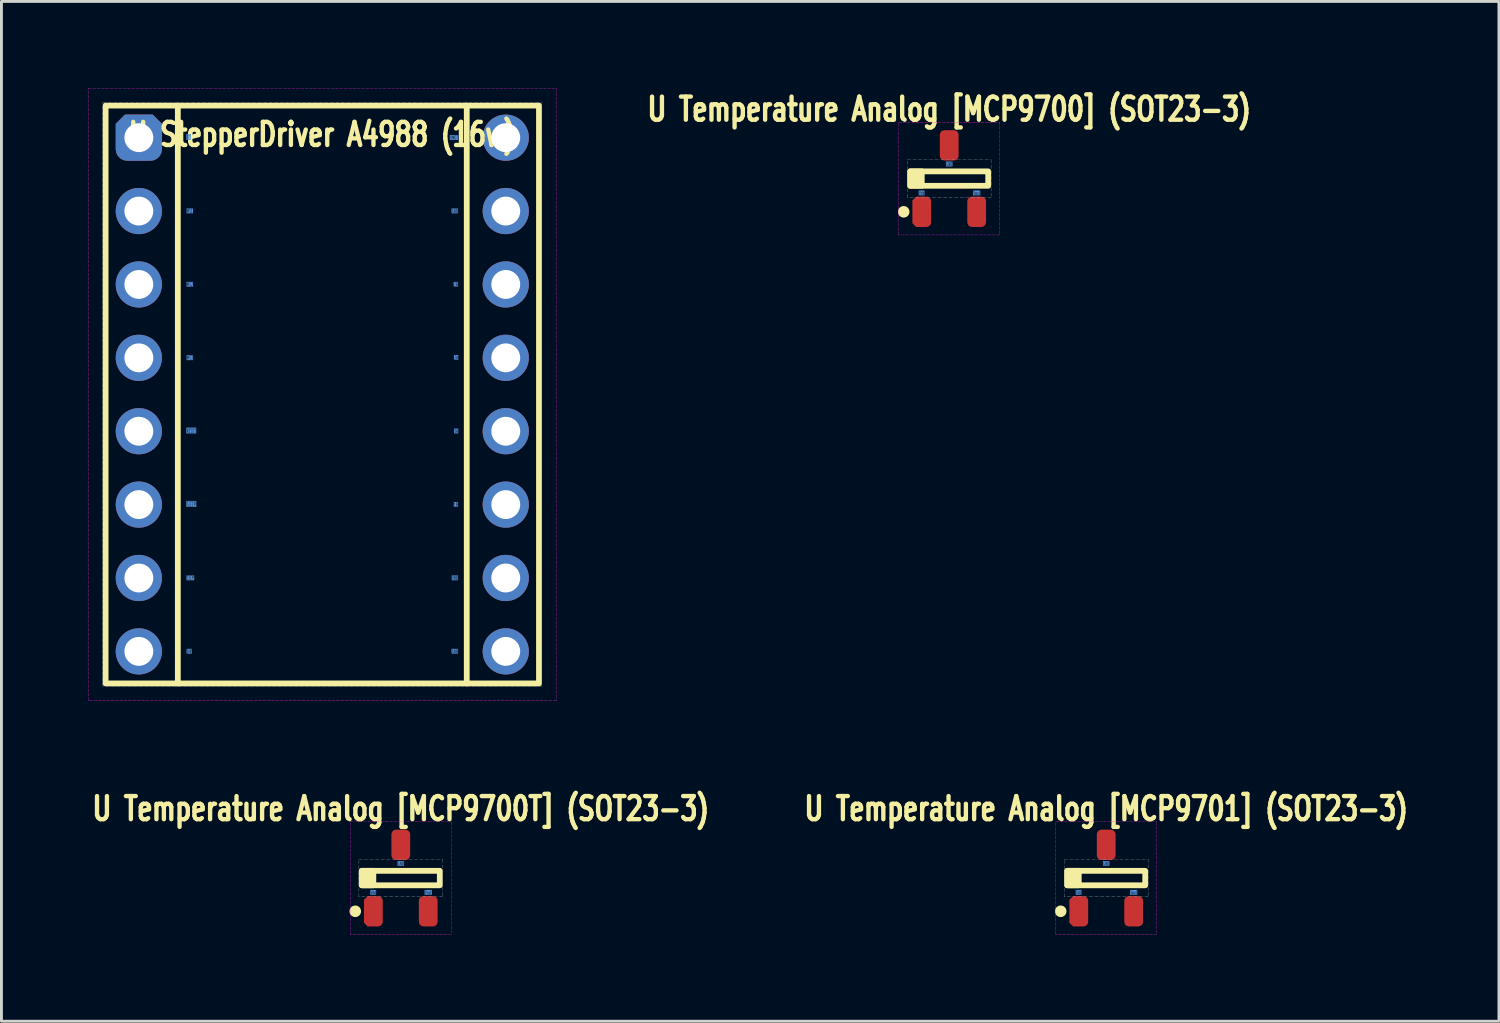
<source format=kicad_pcb>
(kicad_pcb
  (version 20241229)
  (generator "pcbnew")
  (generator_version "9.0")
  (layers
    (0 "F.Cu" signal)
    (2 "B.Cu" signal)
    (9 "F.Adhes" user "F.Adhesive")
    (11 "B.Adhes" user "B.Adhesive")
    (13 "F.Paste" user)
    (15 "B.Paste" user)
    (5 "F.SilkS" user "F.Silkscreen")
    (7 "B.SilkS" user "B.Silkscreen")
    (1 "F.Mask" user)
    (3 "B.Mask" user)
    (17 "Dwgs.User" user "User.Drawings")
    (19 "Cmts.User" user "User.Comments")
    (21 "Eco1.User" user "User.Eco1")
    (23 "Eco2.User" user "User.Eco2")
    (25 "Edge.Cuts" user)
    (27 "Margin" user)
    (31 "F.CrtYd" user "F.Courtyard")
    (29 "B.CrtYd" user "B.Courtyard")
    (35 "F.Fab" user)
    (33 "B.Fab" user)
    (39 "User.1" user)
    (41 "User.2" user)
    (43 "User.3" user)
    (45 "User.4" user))
  (footprint "U StepperDriver A4988 (16w)"
    (layer "F.Cu")
    (at 8.105 10.605)
    (property "Reference" "U StepperDriver A4988 (16w)" (at 0 -9 0) (layer "F.SilkS") (effects (font (size 0.8 0.6) (thickness 0.15) (bold yes))))
    (attr through_hole)
    (fp_line (start -5 -10) (end -5 10) (stroke (width 0.2) (type default)) (layer "F.SilkS"))
    (fp_line (start 5 -10) (end 5 10) (stroke (width 0.2) (type default)) (layer "F.SilkS"))
    (fp_rect (start -7.5 -10) (end 7.5 10) (stroke (width 0.2) (type default)) (fill no) (layer "F.SilkS"))
    (fp_rect (start -8.1 -10.6) (end 8.1 10.6) (stroke (width 0.01) (type dash)) (fill no) (layer "F.CrtYd"))
    (fp_rect (start -7.6 -10.1) (end 7.6 10.1) (stroke (width 0.01) (type dash_dot)) (fill no) (layer "F.Fab"))
    (fp_text user "GND" (at 4.7 -6.35 0) (layer "Cmts.User" knockout) (effects (font (size 0.13 0.07) (thickness 0.01) (bold yes)) (justify right)))
    (fp_text user "DIR" (at -4.7 8.89 0) (layer "Cmts.User" knockout) (effects (font (size 0.13 0.07) (thickness 0.01) (bold yes)) (justify left)))
    (fp_text user "VMOT" (at 4.7 -8.89 0) (layer "Cmts.User" knockout) (effects (font (size 0.13 0.07) (thickness 0.01) (bold yes)) (justify right)))
    (fp_text user "MS1" (at -4.7 -6.35 0) (layer "Cmts.User" knockout) (effects (font (size 0.13 0.07) (thickness 0.01) (bold yes)) (justify left)))
    (fp_text user "~{RESET}" (at -4.7 1.27 0) (layer "Cmts.User" knockout) (effects (font (size 0.13 0.07) (thickness 0.01) (bold yes)) (justify left)))
    (fp_text user "1B" (at 4.7 3.81 0) (layer "Cmts.User" knockout) (effects (font (size 0.13 0.07) (thickness 0.01) (bold yes)) (justify right)))
    (fp_text user "GND" (at 4.7 8.89 0) (layer "Cmts.User" knockout) (effects (font (size 0.13 0.07) (thickness 0.01) (bold yes)) (justify right)))
    (fp_text user "VDD" (at 4.7 6.35 0) (layer "Cmts.User" knockout) (effects (font (size 0.13 0.07) (thickness 0.01) (bold yes)) (justify right)))
    (fp_text user "~{SLEEP}" (at -4.7 3.81 0) (layer "Cmts.User" knockout) (effects (font (size 0.13 0.07) (thickness 0.01) (bold yes)) (justify left)))
    (fp_text user "~{EN}" (at -4.7 -8.89 0) (layer "Cmts.User" knockout) (effects (font (size 0.13 0.07) (thickness 0.01) (bold yes)) (justify left)))
    (fp_text user "STEP" (at -4.7 6.35 0) (layer "Cmts.User" knockout) (effects (font (size 0.13 0.07) (thickness 0.01) (bold yes)) (justify left)))
    (fp_text user "1A" (at 4.7 1.27 0) (layer "Cmts.User" knockout) (effects (font (size 0.13 0.07) (thickness 0.01) (bold yes)) (justify right)))
    (fp_text user "2A" (at 4.7 -1.28 0) (layer "Cmts.User" knockout) (effects (font (size 0.13 0.07) (thickness 0.01) (bold yes)) (justify right)))
    (fp_text user "MS3" (at -4.7 -1.27 0) (layer "Cmts.User" knockout) (effects (font (size 0.13 0.07) (thickness 0.01) (bold yes)) (justify left)))
    (fp_text user "2B" (at 4.7 -3.81 0) (layer "Cmts.User" knockout) (effects (font (size 0.13 0.07) (thickness 0.01) (bold yes)) (justify right)))
    (fp_text user "MS2" (at -4.7 -3.81 0) (layer "Cmts.User" knockout) (effects (font (size 0.13 0.07) (thickness 0.01) (bold yes)) (justify left)))
    (pad "1" thru_hole roundrect (at -6.35 -8.89) (size 1.6 1.6) (drill 1) (layers "*.Cu" "B.Mask") (roundrect_rratio 0.25) (chamfer_ratio 0.2) (chamfer top_left top_right))
    (pad "2" thru_hole circle (at -6.35 -6.35) (size 1.6 1.6) (drill 1) (layers "*.Cu" "B.Mask"))
    (pad "3" thru_hole circle (at -6.35 -3.81) (size 1.6 1.6) (drill 1) (layers "*.Cu" "B.Mask"))
    (pad "4" thru_hole circle (at -6.35 -1.27) (size 1.6 1.6) (drill 1) (layers "*.Cu" "B.Mask"))
    (pad "5" thru_hole circle (at -6.35 1.27) (size 1.6 1.6) (drill 1) (layers "*.Cu" "B.Mask"))
    (pad "6" thru_hole circle (at -6.35 3.81) (size 1.6 1.6) (drill 1) (layers "*.Cu" "B.Mask"))
    (pad "7" thru_hole circle (at -6.35 6.35) (size 1.6 1.6) (drill 1) (layers "*.Cu" "B.Mask"))
    (pad "8" thru_hole circle (at -6.35 8.89) (size 1.6 1.6) (drill 1) (layers "*.Cu" "B.Mask"))
    (pad "9" thru_hole circle (at 6.35 8.89) (size 1.6 1.6) (drill 1) (layers "*.Cu" "B.Mask"))
    (pad "10" thru_hole circle (at 6.35 6.35) (size 1.6 1.6) (drill 1) (layers "*.Cu" "B.Mask"))
    (pad "11" thru_hole circle (at 6.35 3.81) (size 1.6 1.6) (drill 1) (layers "*.Cu" "B.Mask"))
    (pad "12" thru_hole circle (at 6.35 1.27) (size 1.6 1.6) (drill 1) (layers "*.Cu" "B.Mask"))
    (pad "13" thru_hole circle (at 6.35 -1.27) (size 1.6 1.6) (drill 1) (layers "*.Cu" "B.Mask"))
    (pad "14" thru_hole circle (at 6.35 -3.81) (size 1.6 1.6) (drill 1) (layers "*.Cu" "B.Mask"))
    (pad "15" thru_hole circle (at 6.35 -6.35) (size 1.6 1.6) (drill 1) (layers "*.Cu" "B.Mask"))
    (pad "16" thru_hole circle (at 6.35 -8.89) (size 1.6 1.6) (drill 1) (layers "*.Cu" "B.Mask")))
  (footprint "U Temperature Analog [MCP9700] (SOT23-3)"
    (layer "F.Cu")
    (at 29.804 3.131)
    (property "Reference" "U Temperature Analog [MCP9700] (SOT23-3)" (at 0 -2.4 0) (layer "F.SilkS") (effects (font (size 0.8 0.6) (thickness 0.15))))
    (attr smd)
    (fp_rect (start -1.35 -0.25) (end -0.95 0.25) (stroke (width 0.2) (type solid)) (fill yes) (layer "F.SilkS"))
    (fp_rect (start -1.35 -0.25) (end 1.35 0.25) (stroke (width 0.2) (type default)) (fill no) (layer "F.SilkS"))
    (fp_circle (center -1.575 1.15) (end -1.425 1.15) (stroke (width 0.1) (type solid)) (fill yes) (layer "F.SilkS"))
    (fp_rect (start -1.75 -1.95) (end 1.75 1.95) (stroke (width 0.01) (type dash)) (fill no) (layer "F.CrtYd"))
    (fp_rect (start -1.45 -0.65) (end 1.45 0.65) (stroke (width 0.01) (type dash_dot)) (fill no) (layer "F.Fab"))
    (fp_text user "GND" (at 0 -0.5 0) (layer "Cmts.User" knockout) (effects (font (size 0.13 0.07) (thickness 0.01) (bold yes))))
    (fp_text user "Vdd" (at -0.95 0.5 0) (layer "Cmts.User" knockout) (effects (font (size 0.13 0.07) (thickness 0.01) (bold yes))))
    (fp_text user "Vout" (at 0.95 0.5 0) (layer "Cmts.User" knockout) (effects (font (size 0.13 0.07) (thickness 0.01) (bold yes))))
    (pad "1" smd roundrect (at -0.95 1.15) (size 0.65 1.05) (layers "F.Cu" "F.Mask" "F.Paste") (roundrect_rratio 0.25) (chamfer_ratio 0.2) (chamfer top_left bottom_left))
    (pad "2" smd roundrect (at 0.95 1.15) (size 0.65 1.05) (layers "F.Cu" "F.Mask" "F.Paste") (roundrect_rratio 0.25))
    (pad "3" smd roundrect (at 0 -1.15) (size 0.65 1.05) (layers "F.Cu" "F.Mask" "F.Paste") (roundrect_rratio 0.25)))
  (footprint "U Temperature Analog [MCP9700T] (SOT23-3)"
    (layer "F.Cu")
    (at 10.822 27.341)
    (property "Reference" "U Temperature Analog [MCP9700T] (SOT23-3)" (at 0 -2.4 0) (layer "F.SilkS") (effects (font (size 0.8 0.6) (thickness 0.15))))
    (attr smd)
    (fp_rect (start -1.35 -0.25) (end -0.95 0.25) (stroke (width 0.2) (type solid)) (fill yes) (layer "F.SilkS"))
    (fp_rect (start -1.35 -0.25) (end 1.35 0.25) (stroke (width 0.2) (type default)) (fill no) (layer "F.SilkS"))
    (fp_circle (center -1.575 1.15) (end -1.425 1.15) (stroke (width 0.1) (type solid)) (fill yes) (layer "F.SilkS"))
    (fp_rect (start -1.75 -1.95) (end 1.75 1.95) (stroke (width 0.01) (type dash)) (fill no) (layer "F.CrtYd"))
    (fp_rect (start -1.45 -0.65) (end 1.45 0.65) (stroke (width 0.01) (type dash_dot)) (fill no) (layer "F.Fab"))
    (fp_text user "Vout" (at 0.95 0.5 0) (layer "Cmts.User" knockout) (effects (font (size 0.13 0.07) (thickness 0.01) (bold yes))))
    (fp_text user "GND" (at 0 -0.5 0) (layer "Cmts.User" knockout) (effects (font (size 0.13 0.07) (thickness 0.01) (bold yes))))
    (fp_text user "Vdd" (at -0.95 0.5 0) (layer "Cmts.User" knockout) (effects (font (size 0.13 0.07) (thickness 0.01) (bold yes))))
    (pad "1" smd roundrect (at -0.95 1.15) (size 0.65 1.05) (layers "F.Cu" "F.Mask" "F.Paste") (roundrect_rratio 0.25) (chamfer_ratio 0.2) (chamfer top_left bottom_left))
    (pad "2" smd roundrect (at 0.95 1.15) (size 0.65 1.05) (layers "F.Cu" "F.Mask" "F.Paste") (roundrect_rratio 0.25))
    (pad "3" smd roundrect (at 0 -1.15) (size 0.65 1.05) (layers "F.Cu" "F.Mask" "F.Paste") (roundrect_rratio 0.25)))
  (footprint "U Temperature Analog [MCP9701] (SOT23-3)"
    (layer "F.Cu")
    (at 35.238 27.341)
    (property "Reference" "U Temperature Analog [MCP9701] (SOT23-3)" (at 0 -2.4 0) (layer "F.SilkS") (effects (font (size 0.8 0.6) (thickness 0.15))))
    (attr smd)
    (fp_rect (start -1.35 -0.25) (end -0.95 0.25) (stroke (width 0.2) (type solid)) (fill yes) (layer "F.SilkS"))
    (fp_rect (start -1.35 -0.25) (end 1.35 0.25) (stroke (width 0.2) (type default)) (fill no) (layer "F.SilkS"))
    (fp_circle (center -1.575 1.15) (end -1.425 1.15) (stroke (width 0.1) (type solid)) (fill yes) (layer "F.SilkS"))
    (fp_rect (start -1.75 -1.95) (end 1.75 1.95) (stroke (width 0.01) (type dash)) (fill no) (layer "F.CrtYd"))
    (fp_rect (start -1.45 -0.65) (end 1.45 0.65) (stroke (width 0.01) (type dash_dot)) (fill no) (layer "F.Fab"))
    (fp_text user "GND" (at 0 -0.5 0) (layer "Cmts.User" knockout) (effects (font (size 0.13 0.07) (thickness 0.01) (bold yes))))
    (fp_text user "Vout" (at 0.95 0.5 0) (layer "Cmts.User" knockout) (effects (font (size 0.13 0.07) (thickness 0.01) (bold yes))))
    (fp_text user "Vdd" (at -0.95 0.5 0) (layer "Cmts.User" knockout) (effects (font (size 0.13 0.07) (thickness 0.01) (bold yes))))
    (pad "1" smd roundrect (at -0.95 1.15) (size 0.65 1.05) (layers "F.Cu" "F.Mask" "F.Paste") (roundrect_rratio 0.25) (chamfer_ratio 0.2) (chamfer top_left bottom_left))
    (pad "2" smd roundrect (at 0.95 1.15) (size 0.65 1.05) (layers "F.Cu" "F.Mask" "F.Paste") (roundrect_rratio 0.25))
    (pad "3" smd roundrect (at 0 -1.15) (size 0.65 1.05) (layers "F.Cu" "F.Mask" "F.Paste") (roundrect_rratio 0.25)))
  (gr_rect
    (start -3 -3)
    (end 48.831 32.296)
    (stroke (width 0.1) (type default))
    (fill no)
    (layer "Edge.Cuts")))
</source>
